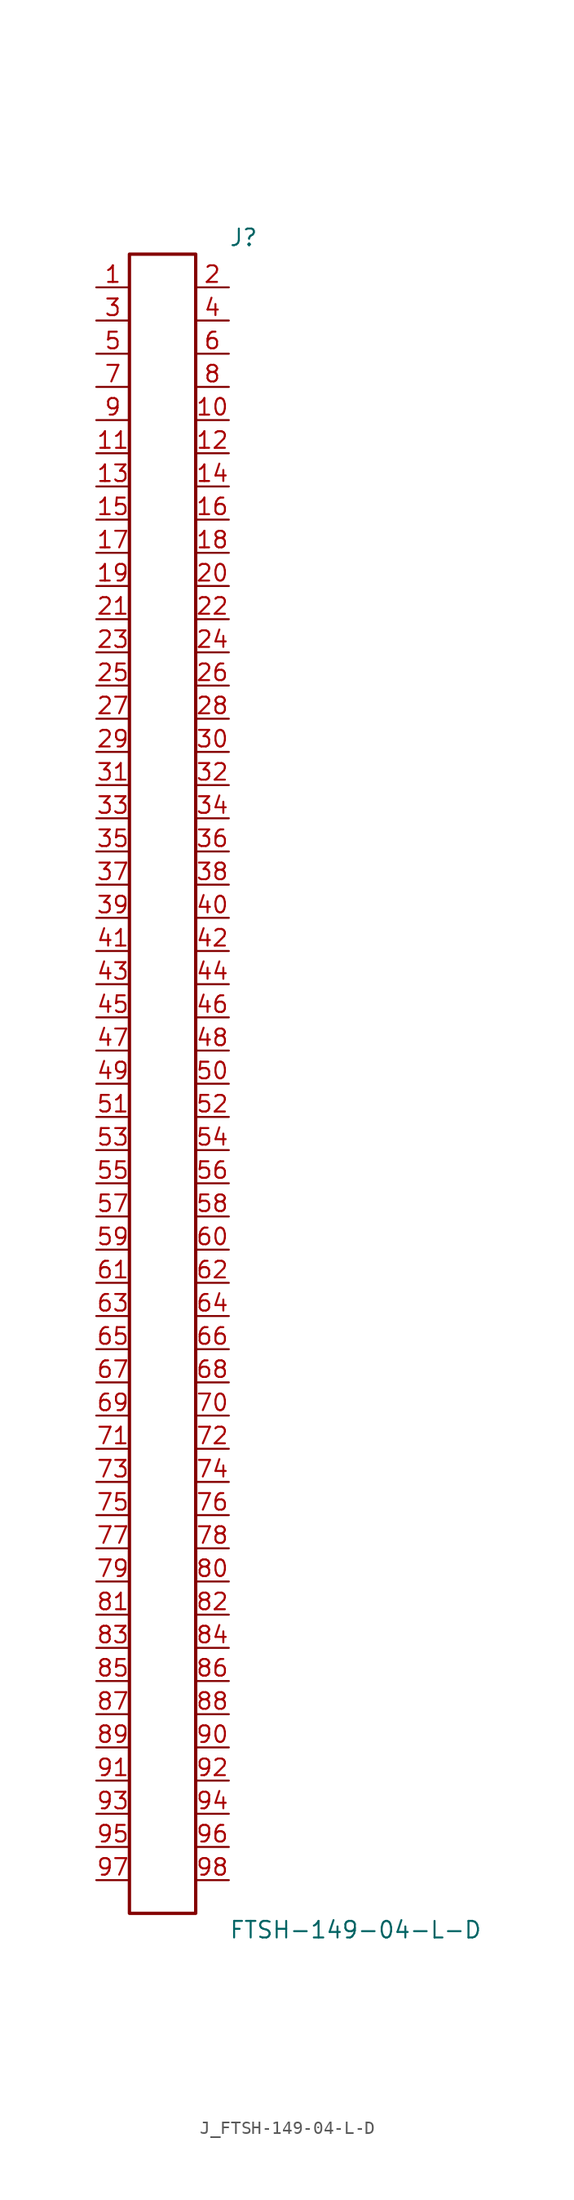
<source format=kicad_sym>
(kicad_symbol_lib
  (version 20231120)
  (generator kicad_symbol_editor)
  (generator_version 8.0)
  (symbol "J_FTSH-149-04-L-D"
    (pin_names
      (offset 0.254))
    (property "Reference" "J"
      (at 5.08 64.77 0)
      (effects (font (size 1.27 1.27)) (justify left)))
    (property "Value" "FTSH-149-04-L-D"
      (at 5.08 -64.77 0)
      (effects (font (size 1.27 1.27)) (justify left)))
    (symbol "J_FTSH-149-04-L-D_0_0"
      (pin passive line (at -5.08 60.96 0) (length 2.54) (name "" (effects (font (size 1.27 1.27)))) (number "1" (effects (font (size 1.27 1.27)))))
      (pin passive line (at 5.08 60.96 180) (length 2.54) (name "" (effects (font (size 1.27 1.27)))) (number "2" (effects (font (size 1.27 1.27)))))
      (pin passive line (at -5.08 58.42 0) (length 2.54) (name "" (effects (font (size 1.27 1.27)))) (number "3" (effects (font (size 1.27 1.27)))))
      (pin passive line (at 5.08 58.42 180) (length 2.54) (name "" (effects (font (size 1.27 1.27)))) (number "4" (effects (font (size 1.27 1.27)))))
      (pin passive line (at -5.08 55.88 0) (length 2.54) (name "" (effects (font (size 1.27 1.27)))) (number "5" (effects (font (size 1.27 1.27)))))
      (pin passive line (at 5.08 55.88 180) (length 2.54) (name "" (effects (font (size 1.27 1.27)))) (number "6" (effects (font (size 1.27 1.27)))))
      (pin passive line (at -5.08 53.34 0) (length 2.54) (name "" (effects (font (size 1.27 1.27)))) (number "7" (effects (font (size 1.27 1.27)))))
      (pin passive line (at 5.08 53.34 180) (length 2.54) (name "" (effects (font (size 1.27 1.27)))) (number "8" (effects (font (size 1.27 1.27)))))
      (pin passive line (at -5.08 50.8 0) (length 2.54) (name "" (effects (font (size 1.27 1.27)))) (number "9" (effects (font (size 1.27 1.27)))))
      (pin passive line (at 5.08 50.8 180) (length 2.54) (name "" (effects (font (size 1.27 1.27)))) (number "10" (effects (font (size 1.27 1.27)))))
      (pin passive line (at -5.08 48.26 0) (length 2.54) (name "" (effects (font (size 1.27 1.27)))) (number "11" (effects (font (size 1.27 1.27)))))
      (pin passive line (at 5.08 48.26 180) (length 2.54) (name "" (effects (font (size 1.27 1.27)))) (number "12" (effects (font (size 1.27 1.27)))))
      (pin passive line (at -5.08 45.72 0) (length 2.54) (name "" (effects (font (size 1.27 1.27)))) (number "13" (effects (font (size 1.27 1.27)))))
      (pin passive line (at 5.08 45.72 180) (length 2.54) (name "" (effects (font (size 1.27 1.27)))) (number "14" (effects (font (size 1.27 1.27)))))
      (pin passive line (at -5.08 43.18 0) (length 2.54) (name "" (effects (font (size 1.27 1.27)))) (number "15" (effects (font (size 1.27 1.27)))))
      (pin passive line (at 5.08 43.18 180) (length 2.54) (name "" (effects (font (size 1.27 1.27)))) (number "16" (effects (font (size 1.27 1.27)))))
      (pin passive line (at -5.08 40.64 0) (length 2.54) (name "" (effects (font (size 1.27 1.27)))) (number "17" (effects (font (size 1.27 1.27)))))
      (pin passive line (at 5.08 40.64 180) (length 2.54) (name "" (effects (font (size 1.27 1.27)))) (number "18" (effects (font (size 1.27 1.27)))))
      (pin passive line (at -5.08 38.1 0) (length 2.54) (name "" (effects (font (size 1.27 1.27)))) (number "19" (effects (font (size 1.27 1.27)))))
      (pin passive line (at 5.08 38.1 180) (length 2.54) (name "" (effects (font (size 1.27 1.27)))) (number "20" (effects (font (size 1.27 1.27)))))
      (pin passive line (at -5.08 35.56 0) (length 2.54) (name "" (effects (font (size 1.27 1.27)))) (number "21" (effects (font (size 1.27 1.27)))))
      (pin passive line (at 5.08 35.56 180) (length 2.54) (name "" (effects (font (size 1.27 1.27)))) (number "22" (effects (font (size 1.27 1.27)))))
      (pin passive line (at -5.08 33.02 0) (length 2.54) (name "" (effects (font (size 1.27 1.27)))) (number "23" (effects (font (size 1.27 1.27)))))
      (pin passive line (at 5.08 33.02 180) (length 2.54) (name "" (effects (font (size 1.27 1.27)))) (number "24" (effects (font (size 1.27 1.27)))))
      (pin passive line (at -5.08 30.48 0) (length 2.54) (name "" (effects (font (size 1.27 1.27)))) (number "25" (effects (font (size 1.27 1.27)))))
      (pin passive line (at 5.08 30.48 180) (length 2.54) (name "" (effects (font (size 1.27 1.27)))) (number "26" (effects (font (size 1.27 1.27)))))
      (pin passive line (at -5.08 27.94 0) (length 2.54) (name "" (effects (font (size 1.27 1.27)))) (number "27" (effects (font (size 1.27 1.27)))))
      (pin passive line (at 5.08 27.94 180) (length 2.54) (name "" (effects (font (size 1.27 1.27)))) (number "28" (effects (font (size 1.27 1.27)))))
      (pin passive line (at -5.08 25.4 0) (length 2.54) (name "" (effects (font (size 1.27 1.27)))) (number "29" (effects (font (size 1.27 1.27)))))
      (pin passive line (at 5.08 25.4 180) (length 2.54) (name "" (effects (font (size 1.27 1.27)))) (number "30" (effects (font (size 1.27 1.27)))))
      (pin passive line (at -5.08 22.86 0) (length 2.54) (name "" (effects (font (size 1.27 1.27)))) (number "31" (effects (font (size 1.27 1.27)))))
      (pin passive line (at 5.08 22.86 180) (length 2.54) (name "" (effects (font (size 1.27 1.27)))) (number "32" (effects (font (size 1.27 1.27)))))
      (pin passive line (at -5.08 20.32 0) (length 2.54) (name "" (effects (font (size 1.27 1.27)))) (number "33" (effects (font (size 1.27 1.27)))))
      (pin passive line (at 5.08 20.32 180) (length 2.54) (name "" (effects (font (size 1.27 1.27)))) (number "34" (effects (font (size 1.27 1.27)))))
      (pin passive line (at -5.08 17.78 0) (length 2.54) (name "" (effects (font (size 1.27 1.27)))) (number "35" (effects (font (size 1.27 1.27)))))
      (pin passive line (at 5.08 17.78 180) (length 2.54) (name "" (effects (font (size 1.27 1.27)))) (number "36" (effects (font (size 1.27 1.27)))))
      (pin passive line (at -5.08 15.24 0) (length 2.54) (name "" (effects (font (size 1.27 1.27)))) (number "37" (effects (font (size 1.27 1.27)))))
      (pin passive line (at 5.08 15.24 180) (length 2.54) (name "" (effects (font (size 1.27 1.27)))) (number "38" (effects (font (size 1.27 1.27)))))
      (pin passive line (at -5.08 12.7 0) (length 2.54) (name "" (effects (font (size 1.27 1.27)))) (number "39" (effects (font (size 1.27 1.27)))))
      (pin passive line (at 5.08 12.7 180) (length 2.54) (name "" (effects (font (size 1.27 1.27)))) (number "40" (effects (font (size 1.27 1.27)))))
      (pin passive line (at -5.08 10.16 0) (length 2.54) (name "" (effects (font (size 1.27 1.27)))) (number "41" (effects (font (size 1.27 1.27)))))
      (pin passive line (at 5.08 10.16 180) (length 2.54) (name "" (effects (font (size 1.27 1.27)))) (number "42" (effects (font (size 1.27 1.27)))))
      (pin passive line (at -5.08 7.62 0) (length 2.54) (name "" (effects (font (size 1.27 1.27)))) (number "43" (effects (font (size 1.27 1.27)))))
      (pin passive line (at 5.08 7.62 180) (length 2.54) (name "" (effects (font (size 1.27 1.27)))) (number "44" (effects (font (size 1.27 1.27)))))
      (pin passive line (at -5.08 5.08 0) (length 2.54) (name "" (effects (font (size 1.27 1.27)))) (number "45" (effects (font (size 1.27 1.27)))))
      (pin passive line (at 5.08 5.08 180) (length 2.54) (name "" (effects (font (size 1.27 1.27)))) (number "46" (effects (font (size 1.27 1.27)))))
      (pin passive line (at -5.08 2.54 0) (length 2.54) (name "" (effects (font (size 1.27 1.27)))) (number "47" (effects (font (size 1.27 1.27)))))
      (pin passive line (at 5.08 2.54 180) (length 2.54) (name "" (effects (font (size 1.27 1.27)))) (number "48" (effects (font (size 1.27 1.27)))))
      (pin passive line (at -5.08 0.0 0) (length 2.54) (name "" (effects (font (size 1.27 1.27)))) (number "49" (effects (font (size 1.27 1.27)))))
      (pin passive line (at 5.08 0.0 180) (length 2.54) (name "" (effects (font (size 1.27 1.27)))) (number "50" (effects (font (size 1.27 1.27)))))
      (pin passive line (at -5.08 -2.54 0) (length 2.54) (name "" (effects (font (size 1.27 1.27)))) (number "51" (effects (font (size 1.27 1.27)))))
      (pin passive line (at 5.08 -2.54 180) (length 2.54) (name "" (effects (font (size 1.27 1.27)))) (number "52" (effects (font (size 1.27 1.27)))))
      (pin passive line (at -5.08 -5.08 0) (length 2.54) (name "" (effects (font (size 1.27 1.27)))) (number "53" (effects (font (size 1.27 1.27)))))
      (pin passive line (at 5.08 -5.08 180) (length 2.54) (name "" (effects (font (size 1.27 1.27)))) (number "54" (effects (font (size 1.27 1.27)))))
      (pin passive line (at -5.08 -7.62 0) (length 2.54) (name "" (effects (font (size 1.27 1.27)))) (number "55" (effects (font (size 1.27 1.27)))))
      (pin passive line (at 5.08 -7.62 180) (length 2.54) (name "" (effects (font (size 1.27 1.27)))) (number "56" (effects (font (size 1.27 1.27)))))
      (pin passive line (at -5.08 -10.16 0) (length 2.54) (name "" (effects (font (size 1.27 1.27)))) (number "57" (effects (font (size 1.27 1.27)))))
      (pin passive line (at 5.08 -10.16 180) (length 2.54) (name "" (effects (font (size 1.27 1.27)))) (number "58" (effects (font (size 1.27 1.27)))))
      (pin passive line (at -5.08 -12.7 0) (length 2.54) (name "" (effects (font (size 1.27 1.27)))) (number "59" (effects (font (size 1.27 1.27)))))
      (pin passive line (at 5.08 -12.7 180) (length 2.54) (name "" (effects (font (size 1.27 1.27)))) (number "60" (effects (font (size 1.27 1.27)))))
      (pin passive line (at -5.08 -15.24 0) (length 2.54) (name "" (effects (font (size 1.27 1.27)))) (number "61" (effects (font (size 1.27 1.27)))))
      (pin passive line (at 5.08 -15.24 180) (length 2.54) (name "" (effects (font (size 1.27 1.27)))) (number "62" (effects (font (size 1.27 1.27)))))
      (pin passive line (at -5.08 -17.78 0) (length 2.54) (name "" (effects (font (size 1.27 1.27)))) (number "63" (effects (font (size 1.27 1.27)))))
      (pin passive line (at 5.08 -17.78 180) (length 2.54) (name "" (effects (font (size 1.27 1.27)))) (number "64" (effects (font (size 1.27 1.27)))))
      (pin passive line (at -5.08 -20.32 0) (length 2.54) (name "" (effects (font (size 1.27 1.27)))) (number "65" (effects (font (size 1.27 1.27)))))
      (pin passive line (at 5.08 -20.32 180) (length 2.54) (name "" (effects (font (size 1.27 1.27)))) (number "66" (effects (font (size 1.27 1.27)))))
      (pin passive line (at -5.08 -22.86 0) (length 2.54) (name "" (effects (font (size 1.27 1.27)))) (number "67" (effects (font (size 1.27 1.27)))))
      (pin passive line (at 5.08 -22.86 180) (length 2.54) (name "" (effects (font (size 1.27 1.27)))) (number "68" (effects (font (size 1.27 1.27)))))
      (pin passive line (at -5.08 -25.4 0) (length 2.54) (name "" (effects (font (size 1.27 1.27)))) (number "69" (effects (font (size 1.27 1.27)))))
      (pin passive line (at 5.08 -25.4 180) (length 2.54) (name "" (effects (font (size 1.27 1.27)))) (number "70" (effects (font (size 1.27 1.27)))))
      (pin passive line (at -5.08 -27.94 0) (length 2.54) (name "" (effects (font (size 1.27 1.27)))) (number "71" (effects (font (size 1.27 1.27)))))
      (pin passive line (at 5.08 -27.94 180) (length 2.54) (name "" (effects (font (size 1.27 1.27)))) (number "72" (effects (font (size 1.27 1.27)))))
      (pin passive line (at -5.08 -30.48 0) (length 2.54) (name "" (effects (font (size 1.27 1.27)))) (number "73" (effects (font (size 1.27 1.27)))))
      (pin passive line (at 5.08 -30.48 180) (length 2.54) (name "" (effects (font (size 1.27 1.27)))) (number "74" (effects (font (size 1.27 1.27)))))
      (pin passive line (at -5.08 -33.02 0) (length 2.54) (name "" (effects (font (size 1.27 1.27)))) (number "75" (effects (font (size 1.27 1.27)))))
      (pin passive line (at 5.08 -33.02 180) (length 2.54) (name "" (effects (font (size 1.27 1.27)))) (number "76" (effects (font (size 1.27 1.27)))))
      (pin passive line (at -5.08 -35.56 0) (length 2.54) (name "" (effects (font (size 1.27 1.27)))) (number "77" (effects (font (size 1.27 1.27)))))
      (pin passive line (at 5.08 -35.56 180) (length 2.54) (name "" (effects (font (size 1.27 1.27)))) (number "78" (effects (font (size 1.27 1.27)))))
      (pin passive line (at -5.08 -38.1 0) (length 2.54) (name "" (effects (font (size 1.27 1.27)))) (number "79" (effects (font (size 1.27 1.27)))))
      (pin passive line (at 5.08 -38.1 180) (length 2.54) (name "" (effects (font (size 1.27 1.27)))) (number "80" (effects (font (size 1.27 1.27)))))
      (pin passive line (at -5.08 -40.64 0) (length 2.54) (name "" (effects (font (size 1.27 1.27)))) (number "81" (effects (font (size 1.27 1.27)))))
      (pin passive line (at 5.08 -40.64 180) (length 2.54) (name "" (effects (font (size 1.27 1.27)))) (number "82" (effects (font (size 1.27 1.27)))))
      (pin passive line (at -5.08 -43.18 0) (length 2.54) (name "" (effects (font (size 1.27 1.27)))) (number "83" (effects (font (size 1.27 1.27)))))
      (pin passive line (at 5.08 -43.18 180) (length 2.54) (name "" (effects (font (size 1.27 1.27)))) (number "84" (effects (font (size 1.27 1.27)))))
      (pin passive line (at -5.08 -45.72 0) (length 2.54) (name "" (effects (font (size 1.27 1.27)))) (number "85" (effects (font (size 1.27 1.27)))))
      (pin passive line (at 5.08 -45.72 180) (length 2.54) (name "" (effects (font (size 1.27 1.27)))) (number "86" (effects (font (size 1.27 1.27)))))
      (pin passive line (at -5.08 -48.26 0) (length 2.54) (name "" (effects (font (size 1.27 1.27)))) (number "87" (effects (font (size 1.27 1.27)))))
      (pin passive line (at 5.08 -48.26 180) (length 2.54) (name "" (effects (font (size 1.27 1.27)))) (number "88" (effects (font (size 1.27 1.27)))))
      (pin passive line (at -5.08 -50.8 0) (length 2.54) (name "" (effects (font (size 1.27 1.27)))) (number "89" (effects (font (size 1.27 1.27)))))
      (pin passive line (at 5.08 -50.8 180) (length 2.54) (name "" (effects (font (size 1.27 1.27)))) (number "90" (effects (font (size 1.27 1.27)))))
      (pin passive line (at -5.08 -53.34 0) (length 2.54) (name "" (effects (font (size 1.27 1.27)))) (number "91" (effects (font (size 1.27 1.27)))))
      (pin passive line (at 5.08 -53.34 180) (length 2.54) (name "" (effects (font (size 1.27 1.27)))) (number "92" (effects (font (size 1.27 1.27)))))
      (pin passive line (at -5.08 -55.88 0) (length 2.54) (name "" (effects (font (size 1.27 1.27)))) (number "93" (effects (font (size 1.27 1.27)))))
      (pin passive line (at 5.08 -55.88 180) (length 2.54) (name "" (effects (font (size 1.27 1.27)))) (number "94" (effects (font (size 1.27 1.27)))))
      (pin passive line (at -5.08 -58.42 0) (length 2.54) (name "" (effects (font (size 1.27 1.27)))) (number "95" (effects (font (size 1.27 1.27)))))
      (pin passive line (at 5.08 -58.42 180) (length 2.54) (name "" (effects (font (size 1.27 1.27)))) (number "96" (effects (font (size 1.27 1.27)))))
      (pin passive line (at -5.08 -60.96 0) (length 2.54) (name "" (effects (font (size 1.27 1.27)))) (number "97" (effects (font (size 1.27 1.27)))))
      (pin passive line (at 5.08 -60.96 180) (length 2.54) (name "" (effects (font (size 1.27 1.27)))) (number "98" (effects (font (size 1.27 1.27))))))
    (symbol "J_FTSH-149-04-L-D_1_0"
      (rectangle (start -2.54 63.5) (end 2.54 -63.5) (stroke (width 0.254) (type solid)) (fill (type none))))))
</source>
